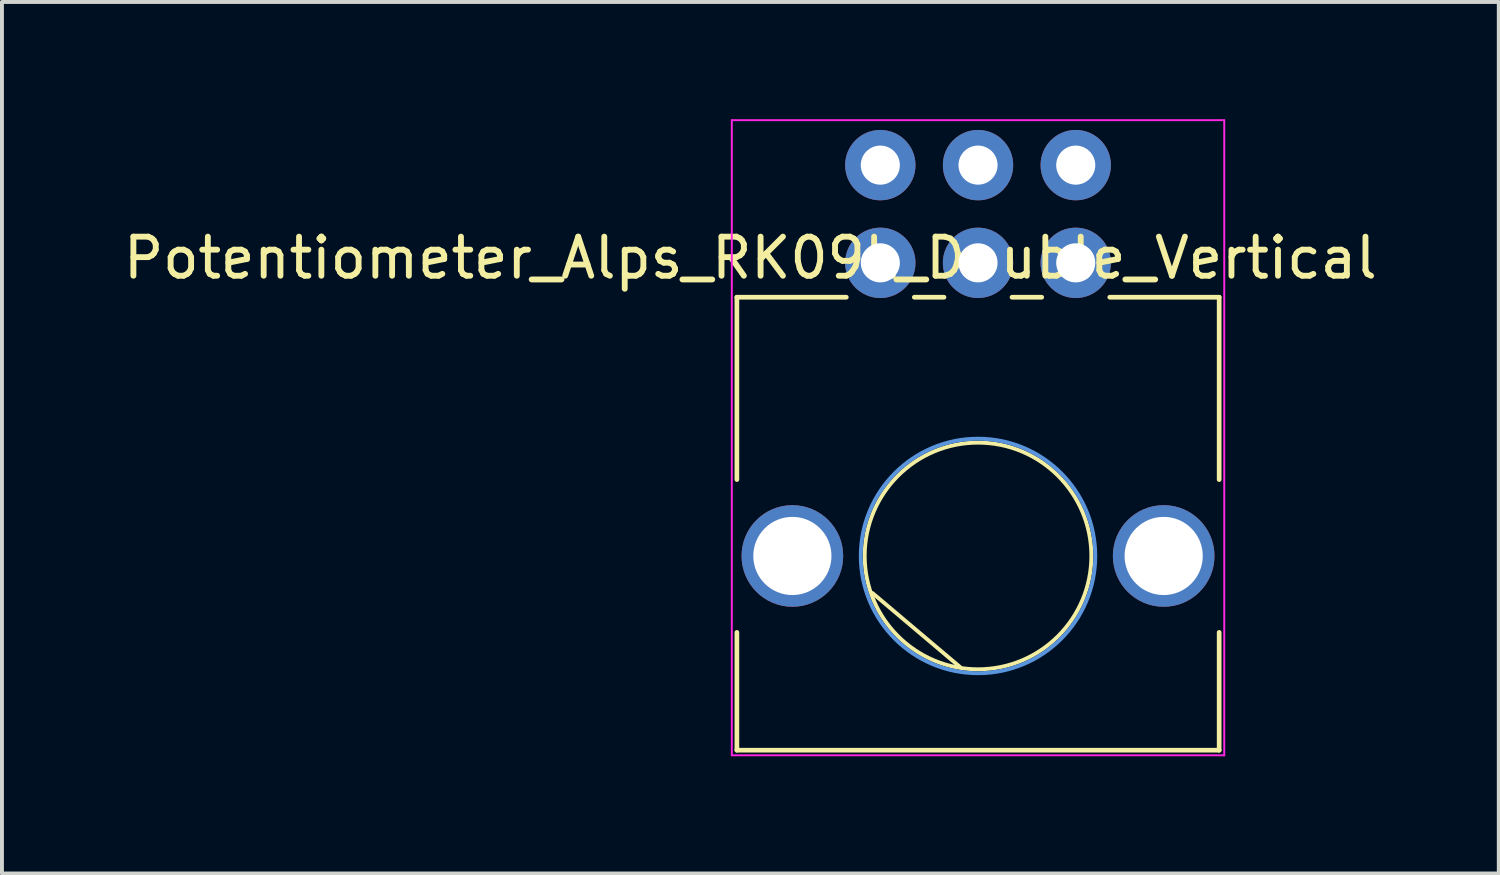
<source format=kicad_pcb>
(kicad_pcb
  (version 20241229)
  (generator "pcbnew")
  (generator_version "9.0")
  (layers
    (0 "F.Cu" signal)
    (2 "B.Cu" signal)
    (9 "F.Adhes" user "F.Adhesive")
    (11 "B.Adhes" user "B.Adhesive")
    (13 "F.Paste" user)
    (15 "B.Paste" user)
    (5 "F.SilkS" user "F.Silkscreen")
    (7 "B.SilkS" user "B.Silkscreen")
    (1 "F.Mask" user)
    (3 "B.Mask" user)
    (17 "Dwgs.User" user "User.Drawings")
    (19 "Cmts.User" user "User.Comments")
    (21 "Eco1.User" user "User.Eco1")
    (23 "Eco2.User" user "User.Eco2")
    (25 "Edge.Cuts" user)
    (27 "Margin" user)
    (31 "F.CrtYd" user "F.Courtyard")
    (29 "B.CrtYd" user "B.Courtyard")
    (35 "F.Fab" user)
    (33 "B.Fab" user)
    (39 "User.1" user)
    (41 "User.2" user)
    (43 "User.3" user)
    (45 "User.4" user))
  (footprint "Potentiometer_Alps_RK09L_Double_Vertical"
    (layer "F.Cu")
    (at 21.974 11.175)
    (property "Reference" "Potentiometer_Alps_RK09L_Double_Vertical" (at -5.825 -7.625 180) (layer "F.SilkS") (effects (font (size 1 1) (thickness 0.15))))
    (attr through_hole)
    (fp_line (start -6.17 -6.62) (end -6.17 -1.954) (stroke (width 0.12) (type solid)) (layer "F.SilkS"))
    (fp_line (start -6.17 1.955) (end -6.17 4.97) (stroke (width 0.12) (type solid)) (layer "F.SilkS"))
    (fp_line (start -3.37 -6.62) (end -6.17 -6.62) (stroke (width 0.12) (type solid)) (layer "F.SilkS"))
    (fp_line (start -0.871 -6.62) (end -1.63 -6.62) (stroke (width 0.12) (type solid)) (layer "F.SilkS"))
    (fp_line (start -0.45 2.85) (end -2.7 0.95) (stroke (width 0.1) (type solid)) (layer "F.SilkS"))
    (fp_line (start 1.629 -6.62) (end 0.87 -6.62) (stroke (width 0.12) (type solid)) (layer "F.SilkS"))
    (fp_line (start 6.17 -6.62) (end 3.371 -6.62) (stroke (width 0.12) (type solid)) (layer "F.SilkS"))
    (fp_line (start 6.17 -6.62) (end 6.17 -1.954) (stroke (width 0.12) (type solid)) (layer "F.SilkS"))
    (fp_line (start 6.17 1.955) (end 6.17 4.97) (stroke (width 0.12) (type solid)) (layer "F.SilkS"))
    (fp_line (start 6.17 4.97) (end -6.17 4.97) (stroke (width 0.12) (type solid)) (layer "F.SilkS"))
    (fp_circle (center 0 0) (end 0 2.9) (stroke (width 0.1) (type solid)) (fill no) (layer "F.SilkS"))
    (fp_circle (center 0 0) (end 3 0) (stroke (width 0.1) (type solid)) (fill no) (layer "Cmts.User"))
    (fp_line (start -6.3 -11.15) (end -6.3 5.1) (stroke (width 0.05) (type solid)) (layer "F.CrtYd"))
    (fp_line (start -6.3 5.1) (end 6.3 5.1) (stroke (width 0.05) (type solid)) (layer "F.CrtYd"))
    (fp_line (start 6.3 -11.15) (end -6.3 -11.15) (stroke (width 0.05) (type solid)) (layer "F.CrtYd"))
    (fp_line (start 6.3 5.1) (end 6.3 -11.15) (stroke (width 0.05) (type solid)) (layer "F.CrtYd"))
    (pad "1" thru_hole circle (at 2.5 -7.5 270) (size 1.8 1.8) (drill 1) (layers "*.Cu" "*.Mask"))
    (pad "2" thru_hole circle (at 0 -7.5 270) (size 1.8 1.8) (drill 1) (layers "*.Cu" "*.Mask"))
    (pad "3" thru_hole circle (at -2.5 -7.5 270) (size 1.8 1.8) (drill 1) (layers "*.Cu" "*.Mask"))
    (pad "4" thru_hole circle (at 2.5 -10 270) (size 1.8 1.8) (drill 1) (layers "*.Cu" "*.Mask"))
    (pad "5" thru_hole circle (at 0 -10 270) (size 1.8 1.8) (drill 1) (layers "*.Cu" "*.Mask"))
    (pad "6" thru_hole circle (at -2.5 -10 270) (size 1.8 1.8) (drill 1) (layers "*.Cu" "*.Mask"))
    (pad "7" thru_hole circle (at 4.75 0 270) (size 2.6 2.6) (drill 2) (layers "*.Cu" "*.Mask"))
    (pad "8" thru_hole circle (at -4.75 0 270) (size 2.6 2.6) (drill 2) (layers "*.Cu" "*.Mask")))
  (gr_rect
    (start -3 -3)
    (end 35.298 19.3)
    (stroke (width 0.1) (type default))
    (fill no)
    (layer "Edge.Cuts")))
</source>
